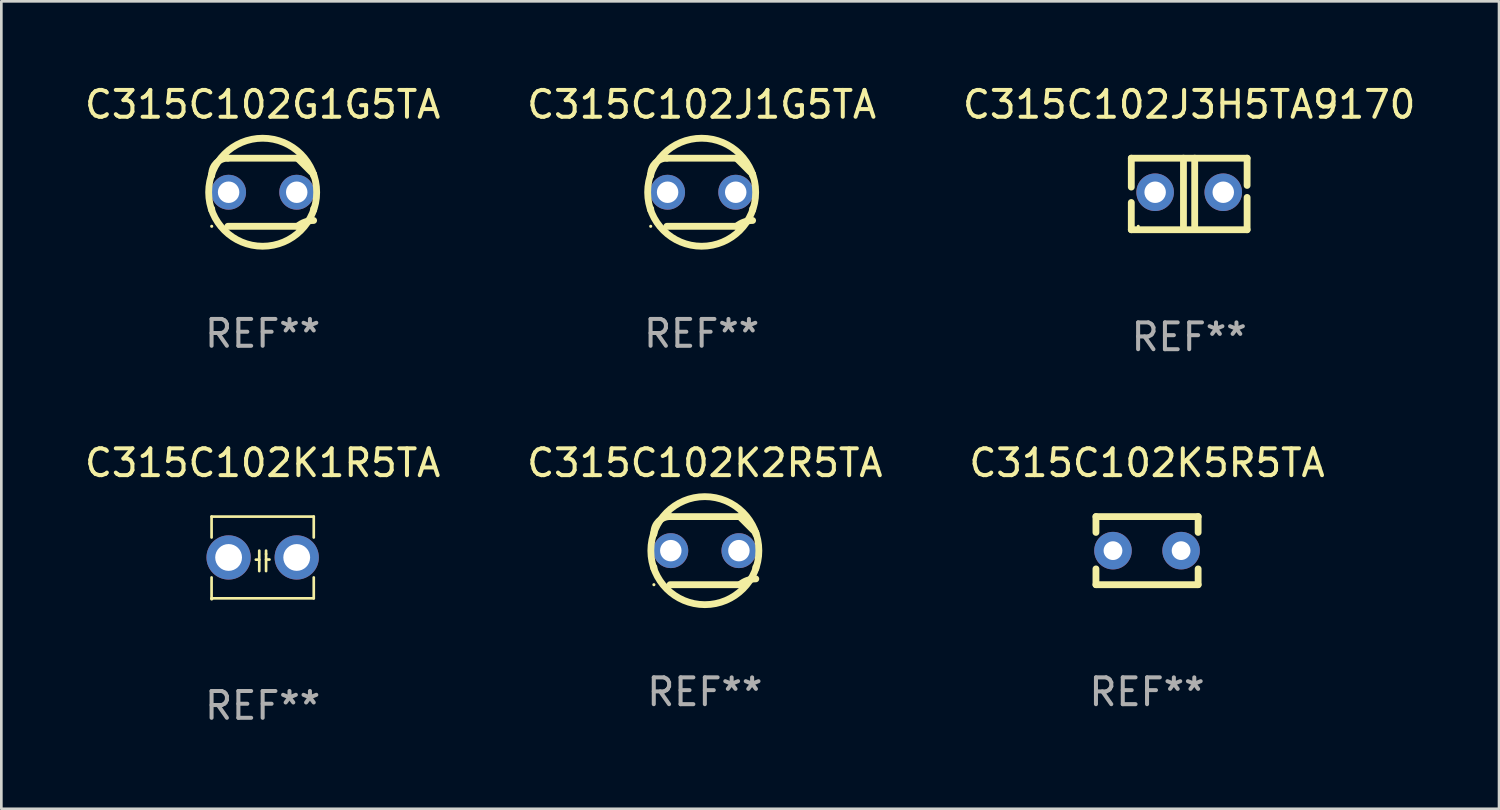
<source format=kicad_pcb>
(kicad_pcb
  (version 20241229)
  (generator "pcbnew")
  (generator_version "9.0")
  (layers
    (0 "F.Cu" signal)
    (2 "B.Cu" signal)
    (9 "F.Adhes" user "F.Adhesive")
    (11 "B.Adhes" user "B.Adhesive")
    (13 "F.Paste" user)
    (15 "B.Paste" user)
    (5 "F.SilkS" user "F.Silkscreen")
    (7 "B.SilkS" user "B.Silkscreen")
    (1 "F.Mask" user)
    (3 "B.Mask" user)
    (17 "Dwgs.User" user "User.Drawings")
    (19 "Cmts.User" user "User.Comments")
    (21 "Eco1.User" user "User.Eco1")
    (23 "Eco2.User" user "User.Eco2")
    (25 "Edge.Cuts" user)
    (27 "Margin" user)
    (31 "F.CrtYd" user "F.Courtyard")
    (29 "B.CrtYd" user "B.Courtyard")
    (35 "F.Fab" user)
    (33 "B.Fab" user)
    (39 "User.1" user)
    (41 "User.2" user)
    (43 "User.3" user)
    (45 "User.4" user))
  (footprint "C315C102K1R5TA"
    (layer "F.Cu")
    (at 6.744 17.736)
    (property "Reference" "C315C102K1R5TA" (at 0 -3.524 0) (layer "F.SilkS") (effects (font (size 1 1) (thickness 0.15))))
    (attr through_hole)
    (fp_line (start -1.905 -1.524) (end -1.905 -0.745) (stroke (width 0.1) (type solid)) (layer "F.SilkS"))
    (fp_line (start -1.905 0.745) (end -1.905 1.524) (stroke (width 0.1) (type solid)) (layer "F.SilkS"))
    (fp_line (start -1.905 1.524) (end 1.905 1.524) (stroke (width 0.1) (type solid)) (layer "F.SilkS"))
    (fp_line (start -0.127 -0.254) (end -0.127 0.508) (stroke (width 0.1) (type solid)) (layer "F.SilkS"))
    (fp_line (start -0.127 0.082) (end -0.254 0.082) (stroke (width 0.1) (type solid)) (layer "F.SilkS"))
    (fp_line (start 0.127 -0.127) (end 0.127 -0.254) (stroke (width 0.1) (type solid)) (layer "F.SilkS"))
    (fp_line (start 0.127 -0.127) (end 0.127 0.508) (stroke (width 0.1) (type solid)) (layer "F.SilkS"))
    (fp_line (start 0.127 0.077) (end 0.254 0.077) (stroke (width 0.1) (type solid)) (layer "F.SilkS"))
    (fp_line (start 1.905 -1.524) (end -1.905 -1.524) (stroke (width 0.1) (type solid)) (layer "F.SilkS"))
    (fp_line (start 1.905 -0.745) (end 1.905 -1.524) (stroke (width 0.1) (type solid)) (layer "F.SilkS"))
    (fp_line (start 1.905 1.524) (end 1.905 0.745) (stroke (width 0.1) (type solid)) (layer "F.SilkS"))
    (fp_circle (center -1.9 1.55) (end -1.87 1.55) (stroke (width 0.06) (type solid)) (fill no) (layer "F.SilkS"))
    (fp_text user "REF**" (at 0 5.524 0) (layer "F.Fab") (effects (font (size 1 1) (thickness 0.15))))
    (pad "1" thru_hole circle (at -1.27 0) (size 1.65 1.65) (drill 1) (layers "*.Cu" "*.Mask"))
    (pad "2" thru_hole circle (at 1.27 0) (size 1.65 1.65) (drill 1) (layers "*.Cu" "*.Mask")))
  (footprint "C315C102G1G5TA"
    (layer "F.Cu")
    (at 6.744 4.118)
    (property "Reference" "C315C102G1G5TA" (at 0 -3.27 0) (layer "F.SilkS") (effects (font (size 1 1) (thickness 0.15))))
    (attr through_hole)
    (fp_line (start -1.9 -0.615) (end -1.9 -0.668) (stroke (width 0.254) (type solid)) (layer "F.SilkS"))
    (fp_line (start -1.9 0.668) (end -1.9 0.615) (stroke (width 0.254) (type solid)) (layer "F.SilkS"))
    (fp_line (start -1.298 1.27) (end 1.298 1.27) (stroke (width 0.254) (type solid)) (layer "F.SilkS"))
    (fp_line (start -1.298 -1.27) (end 1.298 -1.27) (stroke (width 0.254) (type solid)) (layer "F.SilkS"))
    (fp_line (start 1.9 -0.668) (end 1.9 -0.615) (stroke (width 0.254) (type solid)) (layer "F.SilkS"))
    (fp_line (start 1.9 0.615) (end 1.9 0.668) (stroke (width 0.254) (type solid)) (layer "F.SilkS"))
    (fp_arc (start -1.900025 0.667602) (mid 1.900003 -0.66758) (end -1.900025 0.667602) (stroke (width 0.254001) (type solid)) (layer "F.SilkS"))
    (fp_arc (start -1.9 -0.667602) (mid -1.723557 -1.093572) (end -1.297587 -1.270015) (stroke (width 0.254001) (type solid)) (layer "F.SilkS"))
    (fp_arc (start 1.297587 1.26999) (mid 1.579878 1.109027) (end 1.9 1.053172) (stroke (width 0.254001) (type solid)) (layer "F.SilkS"))
    (fp_arc (start 1.297611 -1.270042) (mid 1.598991 -0.969008) (end 1.900025 -0.667628) (stroke (width 0.254001) (type solid)) (layer "F.SilkS"))
    (fp_circle (center -1.9 1.27) (end -1.87 1.27) (stroke (width 0.06) (type solid)) (fill no) (layer "F.SilkS"))
    (fp_text user "REF**" (at 0 5.27 0) (layer "F.Fab") (effects (font (size 1 1) (thickness 0.15))))
    (pad "1" thru_hole circle (at -1.27 -0.000013) (size 1.3 1.3) (drill 0.8) (layers "*.Cu" "*.Mask"))
    (pad "2" thru_hole circle (at 1.27 -0.000013) (size 1.3 1.3) (drill 0.8) (layers "*.Cu" "*.Mask")))
  (footprint "C315C102J1G5TA"
    (layer "F.Cu")
    (at 23.113 4.118)
    (property "Reference" "C315C102J1G5TA" (at 0 -3.27 0) (layer "F.SilkS") (effects (font (size 1 1) (thickness 0.15))))
    (attr through_hole)
    (fp_line (start -1.9 -0.615) (end -1.9 -0.668) (stroke (width 0.254) (type solid)) (layer "F.SilkS"))
    (fp_line (start -1.9 0.668) (end -1.9 0.615) (stroke (width 0.254) (type solid)) (layer "F.SilkS"))
    (fp_line (start -1.298 1.27) (end 1.298 1.27) (stroke (width 0.254) (type solid)) (layer "F.SilkS"))
    (fp_line (start -1.298 -1.27) (end 1.298 -1.27) (stroke (width 0.254) (type solid)) (layer "F.SilkS"))
    (fp_line (start 1.9 -0.668) (end 1.9 -0.615) (stroke (width 0.254) (type solid)) (layer "F.SilkS"))
    (fp_line (start 1.9 0.615) (end 1.9 0.668) (stroke (width 0.254) (type solid)) (layer "F.SilkS"))
    (fp_arc (start -1.900025 0.667602) (mid 1.900003 -0.66758) (end -1.900025 0.667602) (stroke (width 0.254001) (type solid)) (layer "F.SilkS"))
    (fp_arc (start -1.9 -0.667602) (mid -1.723557 -1.093572) (end -1.297587 -1.270015) (stroke (width 0.254001) (type solid)) (layer "F.SilkS"))
    (fp_arc (start 1.297587 1.26999) (mid 1.579878 1.109027) (end 1.9 1.053172) (stroke (width 0.254001) (type solid)) (layer "F.SilkS"))
    (fp_arc (start 1.297611 -1.270042) (mid 1.598991 -0.969008) (end 1.900025 -0.667628) (stroke (width 0.254001) (type solid)) (layer "F.SilkS"))
    (fp_circle (center -1.9 1.27) (end -1.87 1.27) (stroke (width 0.06) (type solid)) (fill no) (layer "F.SilkS"))
    (fp_text user "REF**" (at 0 5.27 0) (layer "F.Fab") (effects (font (size 1 1) (thickness 0.15))))
    (pad "1" thru_hole circle (at -1.27 -0.000013) (size 1.3 1.3) (drill 0.8) (layers "*.Cu" "*.Mask"))
    (pad "2" thru_hole circle (at 1.27 -0.000013) (size 1.3 1.3) (drill 0.8) (layers "*.Cu" "*.Mask")))
  (footprint "C315C102J3H5TA9170"
    (layer "F.Cu")
    (at 41.292 4.182)
    (property "Reference" "C315C102J3H5TA9170" (at 0 -3.334 0) (layer "F.SilkS") (effects (font (size 1 1) (thickness 0.15))))
    (attr through_hole)
    (fp_line (start -2.159 -1.334) (end 2.159 -1.334) (stroke (width 0.254) (type solid)) (layer "F.SilkS"))
    (fp_line (start -2.159 -0.256) (end -2.159 -1.334) (stroke (width 0.254) (type solid)) (layer "F.SilkS"))
    (fp_line (start -2.159 1.334) (end -2.159 0.318) (stroke (width 0.254) (type solid)) (layer "F.SilkS"))
    (fp_line (start -0.214 -1.334) (end -0.214 1.207) (stroke (width 0.254) (type solid)) (layer "F.SilkS"))
    (fp_line (start 0.205 -1.334) (end 0.205 1.207) (stroke (width 0.254) (type solid)) (layer "F.SilkS"))
    (fp_line (start 2.159 -1.334) (end 2.159 -0.318) (stroke (width 0.254) (type solid)) (layer "F.SilkS"))
    (fp_line (start 2.159 0.129) (end 2.159 1.334) (stroke (width 0.254) (type solid)) (layer "F.SilkS"))
    (fp_line (start 2.159 1.334) (end -2.159 1.334) (stroke (width 0.254) (type solid)) (layer "F.SilkS"))
    (fp_circle (center -1.9 1.207) (end -1.87 1.207) (stroke (width 0.06) (type solid)) (fill no) (layer "F.SilkS"))
    (fp_text user "REF**" (at 0 5.334 0) (layer "F.Fab") (effects (font (size 1 1) (thickness 0.15))))
    (pad "1" thru_hole circle (at -1.27 -0.064) (size 1.4 1.4) (drill 0.8) (layers "*.Cu" "*.Mask"))
    (pad "2" thru_hole circle (at 1.27 -0.064) (size 1.4 1.4) (drill 0.8) (layers "*.Cu" "*.Mask")))
  (footprint "C315C102K2R5TA"
    (layer "F.Cu")
    (at 23.232 17.482)
    (property "Reference" "C315C102K2R5TA" (at 0 -3.27 0) (layer "F.SilkS") (effects (font (size 1 1) (thickness 0.15))))
    (attr through_hole)
    (fp_line (start -1.9 -0.615) (end -1.9 -0.668) (stroke (width 0.254) (type solid)) (layer "F.SilkS"))
    (fp_line (start -1.9 0.668) (end -1.9 0.615) (stroke (width 0.254) (type solid)) (layer "F.SilkS"))
    (fp_line (start -1.298 1.27) (end 1.298 1.27) (stroke (width 0.254) (type solid)) (layer "F.SilkS"))
    (fp_line (start -1.298 -1.27) (end 1.298 -1.27) (stroke (width 0.254) (type solid)) (layer "F.SilkS"))
    (fp_line (start 1.9 -0.668) (end 1.9 -0.615) (stroke (width 0.254) (type solid)) (layer "F.SilkS"))
    (fp_line (start 1.9 0.615) (end 1.9 0.668) (stroke (width 0.254) (type solid)) (layer "F.SilkS"))
    (fp_arc (start -1.900025 0.667602) (mid 1.900003 -0.66758) (end -1.900025 0.667602) (stroke (width 0.254001) (type solid)) (layer "F.SilkS"))
    (fp_arc (start -1.9 -0.667602) (mid -1.723557 -1.093572) (end -1.297587 -1.270015) (stroke (width 0.254001) (type solid)) (layer "F.SilkS"))
    (fp_arc (start 1.297587 1.26999) (mid 1.579878 1.109027) (end 1.9 1.053172) (stroke (width 0.254001) (type solid)) (layer "F.SilkS"))
    (fp_arc (start 1.297611 -1.270042) (mid 1.598991 -0.969008) (end 1.900025 -0.667628) (stroke (width 0.254001) (type solid)) (layer "F.SilkS"))
    (fp_circle (center -1.9 1.27) (end -1.87 1.27) (stroke (width 0.06) (type solid)) (fill no) (layer "F.SilkS"))
    (fp_text user "REF**" (at 0 5.27 0) (layer "F.Fab") (effects (font (size 1 1) (thickness 0.15))))
    (pad "1" thru_hole circle (at -1.27 -0.000013) (size 1.3 1.3) (drill 0.8) (layers "*.Cu" "*.Mask"))
    (pad "2" thru_hole circle (at 1.27 -0.000013) (size 1.3 1.3) (drill 0.8) (layers "*.Cu" "*.Mask")))
  (footprint "C315C102K5R5TA"
    (layer "F.Cu")
    (at 39.72 17.482)
    (property "Reference" "C315C102K5R5TA" (at 0 -3.27 0) (layer "F.SilkS") (effects (font (size 1 1) (thickness 0.15))))
    (attr through_hole)
    (fp_line (start -1.905 -1.27) (end -1.905 -0.68) (stroke (width 0.254) (type solid)) (layer "F.SilkS"))
    (fp_line (start -1.905 0.68) (end -1.905 1.27) (stroke (width 0.254) (type solid)) (layer "F.SilkS"))
    (fp_line (start -1.905 1.27) (end 1.905 1.27) (stroke (width 0.254) (type solid)) (layer "F.SilkS"))
    (fp_line (start 1.905 -1.27) (end -1.905 -1.27) (stroke (width 0.254) (type solid)) (layer "F.SilkS"))
    (fp_line (start 1.905 -0.68) (end 1.905 -1.27) (stroke (width 0.254) (type solid)) (layer "F.SilkS"))
    (fp_line (start 1.905 1.27) (end 1.905 0.68) (stroke (width 0.254) (type solid)) (layer "F.SilkS"))
    (fp_circle (center -1.9 1.27) (end -1.87 1.27) (stroke (width 0.06) (type solid)) (fill no) (layer "F.SilkS"))
    (fp_text user "REF**" (at 0 5.27 0) (layer "F.Fab") (effects (font (size 1 1) (thickness 0.15))))
    (pad "1" thru_hole circle (at -1.27 0) (size 1.4 1.4) (drill 0.7) (layers "*.Cu" "*.Mask"))
    (pad "2" thru_hole circle (at 1.27 0) (size 1.4 1.4) (drill 0.7) (layers "*.Cu" "*.Mask")))
  (gr_rect
    (start -3 -3)
    (end 52.845 27.108)
    (stroke (width 0.1) (type default))
    (fill no)
    (layer "Edge.Cuts")))
</source>
